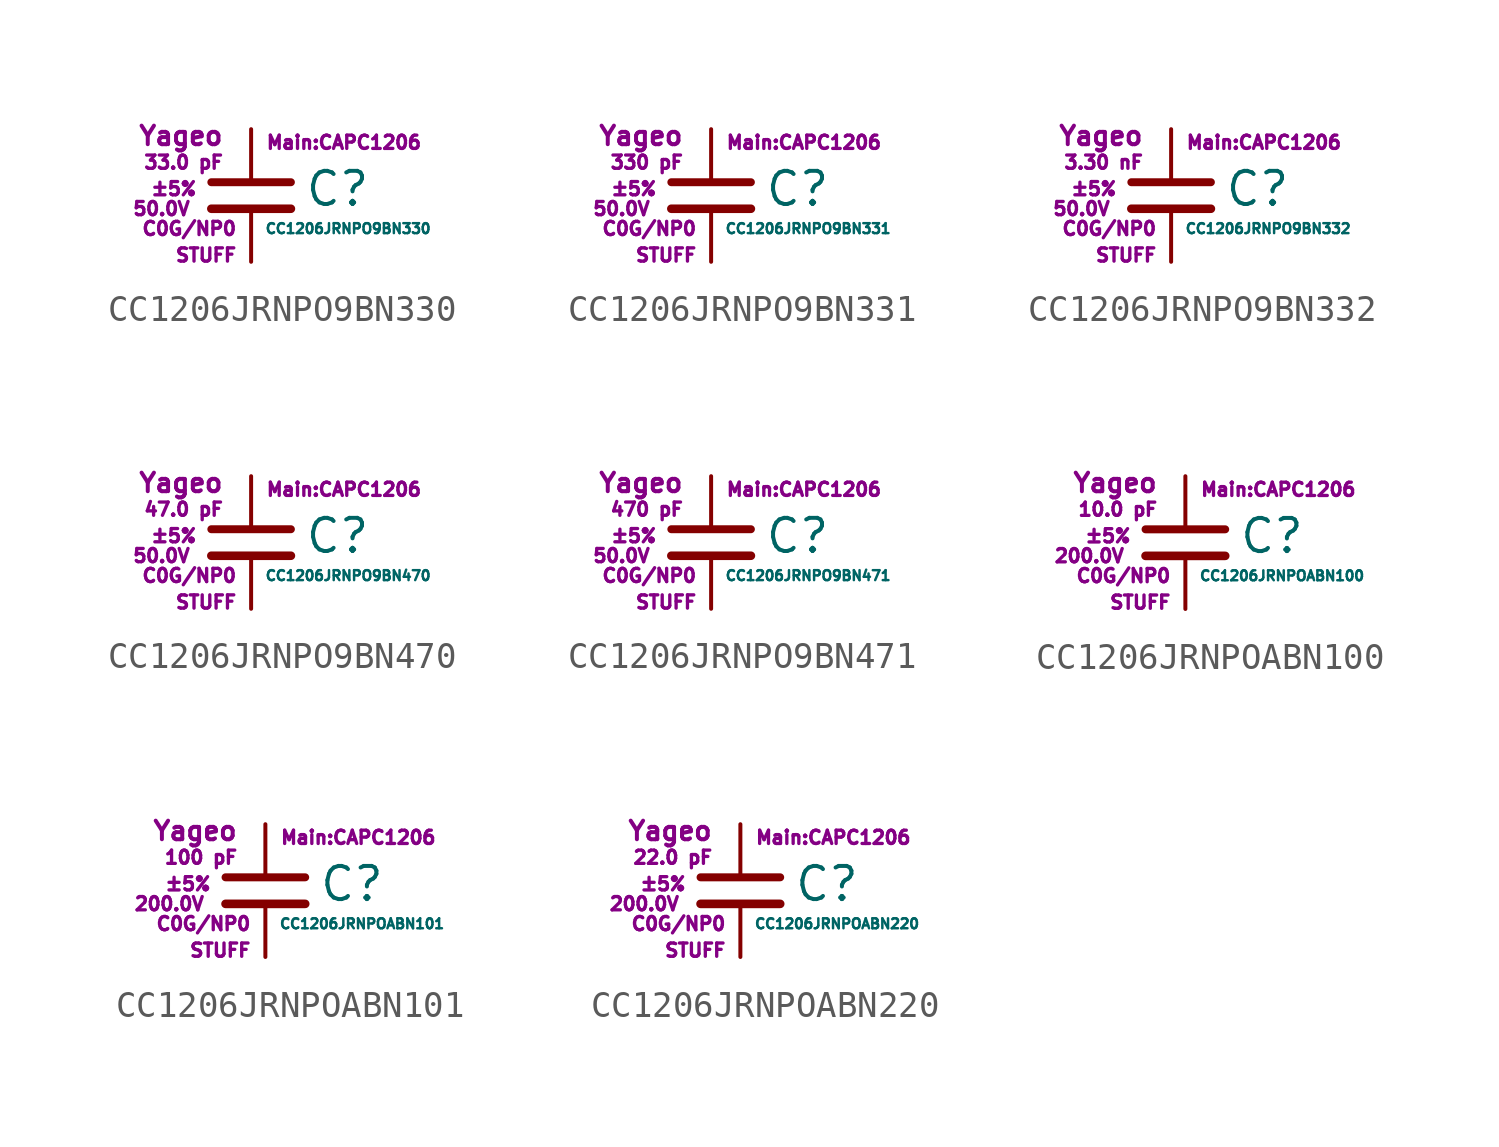
<source format=kicad_sym>
(kicad_symbol_lib
  (version 20211014)
  (generator kicad_symbol_editor)
  (symbol "CC1206JRNPO9BN330"
    (pin_numbers hide)
    (pin_names
      (offset 0.254) hide)
    (property "Reference" "C"
      (at 2.032 0.254 0)
      (effects (font (size 1.27 1.27)) (justify left)))
    (property "Value" "CC1206JRNPO9BN330"
      (at 0.508 -1.27 0)
      (effects (font (size 0.381 0.381)) (justify left)))
    (property "Footprint" "Main:CAPC1206"
      (at 3.556 2.032 0)
      (effects (font (size 0.508 0.508))))
    (property "Datasheet" ""
      (at 0.762 0.508 0)
      (effects (font (size 1.27 1.27))))
    (property "Manufacturer" "Yageo"
      (at -1.016 2.286 0)
      (effects (font (size 0.711 0.711)) (justify right)))
    (property "SKU" "STUFF"
      (at -0.508 -2.286 0)
      (effects (font (size 0.508 0.508)) (justify right)))
    (property "C" "33.0 pF"
      (at -1.016 1.27 0)
      (effects (font (size 0.508 0.508)) (justify right)))
    (property "Tol" "±5%"
      (at -2.032 0.254 0)
      (effects (font (size 0.508 0.508)) (justify right)))
    (property "Vmax" "50.0V"
      (at -2.286 -0.508 0)
      (effects (font (size 0.508 0.508)) (justify right)))
    (property "Type" "C0G/NP0"
      (at -0.508 -1.27 0)
      (effects (font (size 0.508 0.508)) (justify right)))
    (symbol "CC1206JRNPO9BN330_0_1"
      (polyline (pts (xy -1.524 -0.508) (xy 1.524 -0.508)) (stroke (width 0.33) (type default) (color 0 0 0 0)) (fill (type none)))
      (polyline (pts (xy -1.524 0.508) (xy 1.524 0.508)) (stroke (width 0.305) (type default) (color 0 0 0 0)) (fill (type none))))
    (symbol "CC1206JRNPO9BN330_1_1"
      (pin passive line (at 0 2.54 270) (length 1.905) (name "~" (effects (font (size 1.016 1.016)))) (number "1" (effects (font (size 1.016 1.016)))))
      (pin passive line (at 0 -2.54 90) (length 2.032) (name "~" (effects (font (size 1.016 1.016)))) (number "2" (effects (font (size 1.016 1.016)))))))
  (symbol "CC1206JRNPO9BN331"
    (pin_numbers hide)
    (pin_names
      (offset 0.254) hide)
    (property "Reference" "C"
      (at 2.032 0.254 0)
      (effects (font (size 1.27 1.27)) (justify left)))
    (property "Value" "CC1206JRNPO9BN331"
      (at 0.508 -1.27 0)
      (effects (font (size 0.381 0.381)) (justify left)))
    (property "Footprint" "Main:CAPC1206"
      (at 3.556 2.032 0)
      (effects (font (size 0.508 0.508))))
    (property "Datasheet" ""
      (at 0.762 0.508 0)
      (effects (font (size 1.27 1.27))))
    (property "Manufacturer" "Yageo"
      (at -1.016 2.286 0)
      (effects (font (size 0.711 0.711)) (justify right)))
    (property "SKU" "STUFF"
      (at -0.508 -2.286 0)
      (effects (font (size 0.508 0.508)) (justify right)))
    (property "C" "330 pF"
      (at -1.016 1.27 0)
      (effects (font (size 0.508 0.508)) (justify right)))
    (property "Tol" "±5%"
      (at -2.032 0.254 0)
      (effects (font (size 0.508 0.508)) (justify right)))
    (property "Vmax" "50.0V"
      (at -2.286 -0.508 0)
      (effects (font (size 0.508 0.508)) (justify right)))
    (property "Type" "C0G/NP0"
      (at -0.508 -1.27 0)
      (effects (font (size 0.508 0.508)) (justify right)))
    (symbol "CC1206JRNPO9BN331_0_1"
      (polyline (pts (xy -1.524 -0.508) (xy 1.524 -0.508)) (stroke (width 0.33) (type default) (color 0 0 0 0)) (fill (type none)))
      (polyline (pts (xy -1.524 0.508) (xy 1.524 0.508)) (stroke (width 0.305) (type default) (color 0 0 0 0)) (fill (type none))))
    (symbol "CC1206JRNPO9BN331_1_1"
      (pin passive line (at 0 2.54 270) (length 1.905) (name "~" (effects (font (size 1.016 1.016)))) (number "1" (effects (font (size 1.016 1.016)))))
      (pin passive line (at 0 -2.54 90) (length 2.032) (name "~" (effects (font (size 1.016 1.016)))) (number "2" (effects (font (size 1.016 1.016)))))))
  (symbol "CC1206JRNPO9BN332"
    (pin_numbers hide)
    (pin_names
      (offset 0.254) hide)
    (property "Reference" "C"
      (at 2.032 0.254 0)
      (effects (font (size 1.27 1.27)) (justify left)))
    (property "Value" "CC1206JRNPO9BN332"
      (at 0.508 -1.27 0)
      (effects (font (size 0.381 0.381)) (justify left)))
    (property "Footprint" "Main:CAPC1206"
      (at 3.556 2.032 0)
      (effects (font (size 0.508 0.508))))
    (property "Datasheet" ""
      (at 0.762 0.508 0)
      (effects (font (size 1.27 1.27))))
    (property "Manufacturer" "Yageo"
      (at -1.016 2.286 0)
      (effects (font (size 0.711 0.711)) (justify right)))
    (property "SKU" "STUFF"
      (at -0.508 -2.286 0)
      (effects (font (size 0.508 0.508)) (justify right)))
    (property "C" "3.30 nF"
      (at -1.016 1.27 0)
      (effects (font (size 0.508 0.508)) (justify right)))
    (property "Tol" "±5%"
      (at -2.032 0.254 0)
      (effects (font (size 0.508 0.508)) (justify right)))
    (property "Vmax" "50.0V"
      (at -2.286 -0.508 0)
      (effects (font (size 0.508 0.508)) (justify right)))
    (property "Type" "C0G/NP0"
      (at -0.508 -1.27 0)
      (effects (font (size 0.508 0.508)) (justify right)))
    (symbol "CC1206JRNPO9BN332_0_1"
      (polyline (pts (xy -1.524 -0.508) (xy 1.524 -0.508)) (stroke (width 0.33) (type default) (color 0 0 0 0)) (fill (type none)))
      (polyline (pts (xy -1.524 0.508) (xy 1.524 0.508)) (stroke (width 0.305) (type default) (color 0 0 0 0)) (fill (type none))))
    (symbol "CC1206JRNPO9BN332_1_1"
      (pin passive line (at 0 2.54 270) (length 1.905) (name "~" (effects (font (size 1.016 1.016)))) (number "1" (effects (font (size 1.016 1.016)))))
      (pin passive line (at 0 -2.54 90) (length 2.032) (name "~" (effects (font (size 1.016 1.016)))) (number "2" (effects (font (size 1.016 1.016)))))))
  (symbol "CC1206JRNPO9BN470"
    (pin_numbers hide)
    (pin_names
      (offset 0.254) hide)
    (property "Reference" "C"
      (at 2.032 0.254 0)
      (effects (font (size 1.27 1.27)) (justify left)))
    (property "Value" "CC1206JRNPO9BN470"
      (at 0.508 -1.27 0)
      (effects (font (size 0.381 0.381)) (justify left)))
    (property "Footprint" "Main:CAPC1206"
      (at 3.556 2.032 0)
      (effects (font (size 0.508 0.508))))
    (property "Datasheet" ""
      (at 0.762 0.508 0)
      (effects (font (size 1.27 1.27))))
    (property "Manufacturer" "Yageo"
      (at -1.016 2.286 0)
      (effects (font (size 0.711 0.711)) (justify right)))
    (property "SKU" "STUFF"
      (at -0.508 -2.286 0)
      (effects (font (size 0.508 0.508)) (justify right)))
    (property "C" "47.0 pF"
      (at -1.016 1.27 0)
      (effects (font (size 0.508 0.508)) (justify right)))
    (property "Tol" "±5%"
      (at -2.032 0.254 0)
      (effects (font (size 0.508 0.508)) (justify right)))
    (property "Vmax" "50.0V"
      (at -2.286 -0.508 0)
      (effects (font (size 0.508 0.508)) (justify right)))
    (property "Type" "C0G/NP0"
      (at -0.508 -1.27 0)
      (effects (font (size 0.508 0.508)) (justify right)))
    (symbol "CC1206JRNPO9BN470_0_1"
      (polyline (pts (xy -1.524 -0.508) (xy 1.524 -0.508)) (stroke (width 0.33) (type default) (color 0 0 0 0)) (fill (type none)))
      (polyline (pts (xy -1.524 0.508) (xy 1.524 0.508)) (stroke (width 0.305) (type default) (color 0 0 0 0)) (fill (type none))))
    (symbol "CC1206JRNPO9BN470_1_1"
      (pin passive line (at 0 2.54 270) (length 1.905) (name "~" (effects (font (size 1.016 1.016)))) (number "1" (effects (font (size 1.016 1.016)))))
      (pin passive line (at 0 -2.54 90) (length 2.032) (name "~" (effects (font (size 1.016 1.016)))) (number "2" (effects (font (size 1.016 1.016)))))))
  (symbol "CC1206JRNPO9BN471"
    (pin_numbers hide)
    (pin_names
      (offset 0.254) hide)
    (property "Reference" "C"
      (at 2.032 0.254 0)
      (effects (font (size 1.27 1.27)) (justify left)))
    (property "Value" "CC1206JRNPO9BN471"
      (at 0.508 -1.27 0)
      (effects (font (size 0.381 0.381)) (justify left)))
    (property "Footprint" "Main:CAPC1206"
      (at 3.556 2.032 0)
      (effects (font (size 0.508 0.508))))
    (property "Datasheet" ""
      (at 0.762 0.508 0)
      (effects (font (size 1.27 1.27))))
    (property "Manufacturer" "Yageo"
      (at -1.016 2.286 0)
      (effects (font (size 0.711 0.711)) (justify right)))
    (property "SKU" "STUFF"
      (at -0.508 -2.286 0)
      (effects (font (size 0.508 0.508)) (justify right)))
    (property "C" "470 pF"
      (at -1.016 1.27 0)
      (effects (font (size 0.508 0.508)) (justify right)))
    (property "Tol" "±5%"
      (at -2.032 0.254 0)
      (effects (font (size 0.508 0.508)) (justify right)))
    (property "Vmax" "50.0V"
      (at -2.286 -0.508 0)
      (effects (font (size 0.508 0.508)) (justify right)))
    (property "Type" "C0G/NP0"
      (at -0.508 -1.27 0)
      (effects (font (size 0.508 0.508)) (justify right)))
    (symbol "CC1206JRNPO9BN471_0_1"
      (polyline (pts (xy -1.524 -0.508) (xy 1.524 -0.508)) (stroke (width 0.33) (type default) (color 0 0 0 0)) (fill (type none)))
      (polyline (pts (xy -1.524 0.508) (xy 1.524 0.508)) (stroke (width 0.305) (type default) (color 0 0 0 0)) (fill (type none))))
    (symbol "CC1206JRNPO9BN471_1_1"
      (pin passive line (at 0 2.54 270) (length 1.905) (name "~" (effects (font (size 1.016 1.016)))) (number "1" (effects (font (size 1.016 1.016)))))
      (pin passive line (at 0 -2.54 90) (length 2.032) (name "~" (effects (font (size 1.016 1.016)))) (number "2" (effects (font (size 1.016 1.016)))))))
  (symbol "CC1206JRNPOABN100"
    (pin_numbers hide)
    (pin_names
      (offset 0.254) hide)
    (property "Reference" "C"
      (at 2.032 0.254 0)
      (effects (font (size 1.27 1.27)) (justify left)))
    (property "Value" "CC1206JRNPOABN100"
      (at 0.508 -1.27 0)
      (effects (font (size 0.381 0.381)) (justify left)))
    (property "Footprint" "Main:CAPC1206"
      (at 3.556 2.032 0)
      (effects (font (size 0.508 0.508))))
    (property "Datasheet" ""
      (at 0.762 0.508 0)
      (effects (font (size 1.27 1.27))))
    (property "Manufacturer" "Yageo"
      (at -1.016 2.286 0)
      (effects (font (size 0.711 0.711)) (justify right)))
    (property "SKU" "STUFF"
      (at -0.508 -2.286 0)
      (effects (font (size 0.508 0.508)) (justify right)))
    (property "C" "10.0 pF"
      (at -1.016 1.27 0)
      (effects (font (size 0.508 0.508)) (justify right)))
    (property "Tol" "±5%"
      (at -2.032 0.254 0)
      (effects (font (size 0.508 0.508)) (justify right)))
    (property "Vmax" "200.0V"
      (at -2.286 -0.508 0)
      (effects (font (size 0.508 0.508)) (justify right)))
    (property "Type" "C0G/NP0"
      (at -0.508 -1.27 0)
      (effects (font (size 0.508 0.508)) (justify right)))
    (symbol "CC1206JRNPOABN100_0_1"
      (polyline (pts (xy -1.524 -0.508) (xy 1.524 -0.508)) (stroke (width 0.33) (type default) (color 0 0 0 0)) (fill (type none)))
      (polyline (pts (xy -1.524 0.508) (xy 1.524 0.508)) (stroke (width 0.305) (type default) (color 0 0 0 0)) (fill (type none))))
    (symbol "CC1206JRNPOABN100_1_1"
      (pin passive line (at 0 2.54 270) (length 1.905) (name "~" (effects (font (size 1.016 1.016)))) (number "1" (effects (font (size 1.016 1.016)))))
      (pin passive line (at 0 -2.54 90) (length 2.032) (name "~" (effects (font (size 1.016 1.016)))) (number "2" (effects (font (size 1.016 1.016)))))))
  (symbol "CC1206JRNPOABN101"
    (pin_numbers hide)
    (pin_names
      (offset 0.254) hide)
    (property "Reference" "C"
      (at 2.032 0.254 0)
      (effects (font (size 1.27 1.27)) (justify left)))
    (property "Value" "CC1206JRNPOABN101"
      (at 0.508 -1.27 0)
      (effects (font (size 0.381 0.381)) (justify left)))
    (property "Footprint" "Main:CAPC1206"
      (at 3.556 2.032 0)
      (effects (font (size 0.508 0.508))))
    (property "Datasheet" ""
      (at 0.762 0.508 0)
      (effects (font (size 1.27 1.27))))
    (property "Manufacturer" "Yageo"
      (at -1.016 2.286 0)
      (effects (font (size 0.711 0.711)) (justify right)))
    (property "SKU" "STUFF"
      (at -0.508 -2.286 0)
      (effects (font (size 0.508 0.508)) (justify right)))
    (property "C" "100 pF"
      (at -1.016 1.27 0)
      (effects (font (size 0.508 0.508)) (justify right)))
    (property "Tol" "±5%"
      (at -2.032 0.254 0)
      (effects (font (size 0.508 0.508)) (justify right)))
    (property "Vmax" "200.0V"
      (at -2.286 -0.508 0)
      (effects (font (size 0.508 0.508)) (justify right)))
    (property "Type" "C0G/NP0"
      (at -0.508 -1.27 0)
      (effects (font (size 0.508 0.508)) (justify right)))
    (symbol "CC1206JRNPOABN101_0_1"
      (polyline (pts (xy -1.524 -0.508) (xy 1.524 -0.508)) (stroke (width 0.33) (type default) (color 0 0 0 0)) (fill (type none)))
      (polyline (pts (xy -1.524 0.508) (xy 1.524 0.508)) (stroke (width 0.305) (type default) (color 0 0 0 0)) (fill (type none))))
    (symbol "CC1206JRNPOABN101_1_1"
      (pin passive line (at 0 2.54 270) (length 1.905) (name "~" (effects (font (size 1.016 1.016)))) (number "1" (effects (font (size 1.016 1.016)))))
      (pin passive line (at 0 -2.54 90) (length 2.032) (name "~" (effects (font (size 1.016 1.016)))) (number "2" (effects (font (size 1.016 1.016)))))))
  (symbol "CC1206JRNPOABN220"
    (pin_numbers hide)
    (pin_names
      (offset 0.254) hide)
    (property "Reference" "C"
      (at 2.032 0.254 0)
      (effects (font (size 1.27 1.27)) (justify left)))
    (property "Value" "CC1206JRNPOABN220"
      (at 0.508 -1.27 0)
      (effects (font (size 0.381 0.381)) (justify left)))
    (property "Footprint" "Main:CAPC1206"
      (at 3.556 2.032 0)
      (effects (font (size 0.508 0.508))))
    (property "Datasheet" ""
      (at 0.762 0.508 0)
      (effects (font (size 1.27 1.27))))
    (property "Manufacturer" "Yageo"
      (at -1.016 2.286 0)
      (effects (font (size 0.711 0.711)) (justify right)))
    (property "SKU" "STUFF"
      (at -0.508 -2.286 0)
      (effects (font (size 0.508 0.508)) (justify right)))
    (property "C" "22.0 pF"
      (at -1.016 1.27 0)
      (effects (font (size 0.508 0.508)) (justify right)))
    (property "Tol" "±5%"
      (at -2.032 0.254 0)
      (effects (font (size 0.508 0.508)) (justify right)))
    (property "Vmax" "200.0V"
      (at -2.286 -0.508 0)
      (effects (font (size 0.508 0.508)) (justify right)))
    (property "Type" "C0G/NP0"
      (at -0.508 -1.27 0)
      (effects (font (size 0.508 0.508)) (justify right)))
    (symbol "CC1206JRNPOABN220_0_1"
      (polyline (pts (xy -1.524 -0.508) (xy 1.524 -0.508)) (stroke (width 0.33) (type default) (color 0 0 0 0)) (fill (type none)))
      (polyline (pts (xy -1.524 0.508) (xy 1.524 0.508)) (stroke (width 0.305) (type default) (color 0 0 0 0)) (fill (type none))))
    (symbol "CC1206JRNPOABN220_1_1"
      (pin passive line (at 0 2.54 270) (length 1.905) (name "~" (effects (font (size 1.016 1.016)))) (number "1" (effects (font (size 1.016 1.016)))))
      (pin passive line (at 0 -2.54 90) (length 2.032) (name "~" (effects (font (size 1.016 1.016)))) (number "2" (effects (font (size 1.016 1.016))))))))
</source>
